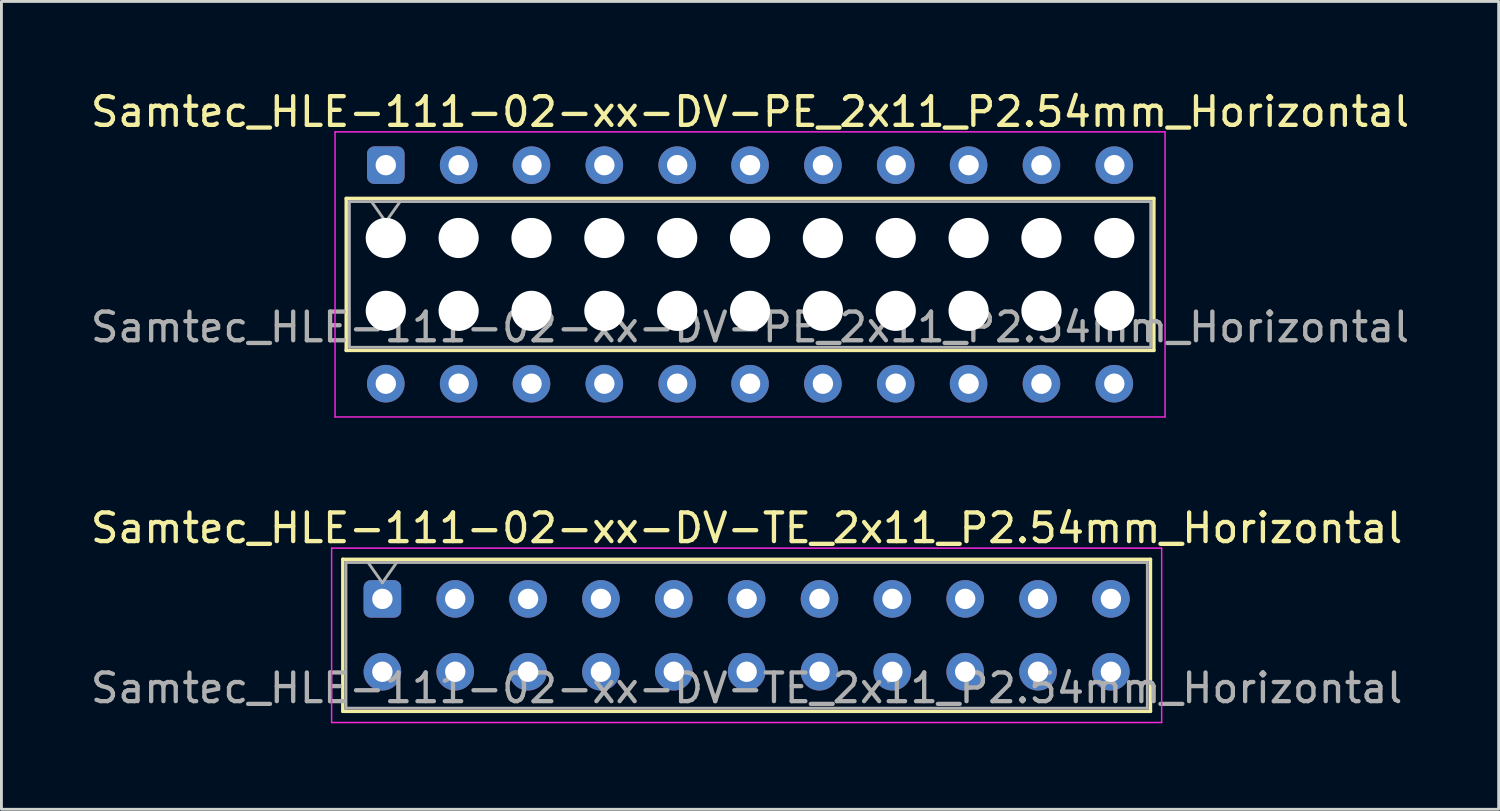
<source format=kicad_pcb>
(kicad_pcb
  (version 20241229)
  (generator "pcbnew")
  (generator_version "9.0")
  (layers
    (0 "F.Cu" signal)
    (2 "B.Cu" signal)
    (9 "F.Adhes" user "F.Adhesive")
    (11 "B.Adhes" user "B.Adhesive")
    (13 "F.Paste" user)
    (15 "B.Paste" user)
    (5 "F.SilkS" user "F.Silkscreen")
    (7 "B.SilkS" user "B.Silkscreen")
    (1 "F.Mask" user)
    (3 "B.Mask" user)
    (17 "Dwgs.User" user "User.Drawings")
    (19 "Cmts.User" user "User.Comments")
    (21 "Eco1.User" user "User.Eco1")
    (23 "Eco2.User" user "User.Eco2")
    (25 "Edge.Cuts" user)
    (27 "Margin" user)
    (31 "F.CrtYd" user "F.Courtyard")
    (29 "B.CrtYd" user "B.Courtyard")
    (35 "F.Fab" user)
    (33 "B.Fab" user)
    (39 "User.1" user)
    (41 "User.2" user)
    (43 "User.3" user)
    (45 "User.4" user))
  (footprint "Samtec_HLE-111-02-xx-DV-TE_2x11_P2.54mm_Horizontal"
    (layer "F.Cu")
    (at 10.282 17.831)
    (property "Reference" "Samtec_HLE-111-02-xx-DV-TE_2x11_P2.54mm_Horizontal" (at 12.7 -2.47 0) (layer "F.SilkS") (effects (font (size 1 1) (thickness 0.15))))
    (attr through_hole)
    (fp_line (start -1.38 -1.38) (end 26.78 -1.38) (stroke (width 0.12) (type solid)) (layer "F.SilkS"))
    (fp_line (start -1.38 3.92) (end -1.38 -1.38) (stroke (width 0.12) (type solid)) (layer "F.SilkS"))
    (fp_line (start 26.78 -1.38) (end 26.78 3.92) (stroke (width 0.12) (type solid)) (layer "F.SilkS"))
    (fp_line (start 26.78 3.92) (end -1.38 3.92) (stroke (width 0.12) (type solid)) (layer "F.SilkS"))
    (fp_line (start -1.77 -1.77) (end 27.17 -1.77) (stroke (width 0.05) (type solid)) (layer "F.CrtYd"))
    (fp_line (start -1.77 4.31) (end -1.77 -1.77) (stroke (width 0.05) (type solid)) (layer "F.CrtYd"))
    (fp_line (start 27.17 -1.77) (end 27.17 4.31) (stroke (width 0.05) (type solid)) (layer "F.CrtYd"))
    (fp_line (start 27.17 4.31) (end -1.77 4.31) (stroke (width 0.05) (type solid)) (layer "F.CrtYd"))
    (fp_line (start -1.27 -1.27) (end 26.67 -1.27) (stroke (width 0.1) (type solid)) (layer "F.Fab"))
    (fp_line (start -1.27 3.81) (end -1.27 -1.27) (stroke (width 0.1) (type solid)) (layer "F.Fab"))
    (fp_line (start -0.5 -1.27) (end 0 -0.563) (stroke (width 0.1) (type solid)) (layer "F.Fab"))
    (fp_line (start 0 -0.563) (end 0.5 -1.27) (stroke (width 0.1) (type solid)) (layer "F.Fab"))
    (fp_line (start 26.67 -1.27) (end 26.67 3.81) (stroke (width 0.1) (type solid)) (layer "F.Fab"))
    (fp_line (start 26.67 3.81) (end -1.27 3.81) (stroke (width 0.1) (type solid)) (layer "F.Fab"))
    (fp_text user "${REFERENCE}" (at 12.7 3.11 0) (layer "F.Fab") (effects (font (size 1 1) (thickness 0.15))))
    (pad "1" thru_hole roundrect (at 0 0) (size 1.31 1.31) (drill 0.71) (layers "*.Cu" "*.Mask") (roundrect_rratio 0.191))
    (pad "2" thru_hole circle (at 0 2.54) (size 1.31 1.31) (drill 0.71) (layers "*.Cu" "*.Mask"))
    (pad "3" thru_hole circle (at 2.54 0) (size 1.31 1.31) (drill 0.71) (layers "*.Cu" "*.Mask"))
    (pad "4" thru_hole circle (at 2.54 2.54) (size 1.31 1.31) (drill 0.71) (layers "*.Cu" "*.Mask"))
    (pad "5" thru_hole circle (at 5.08 0) (size 1.31 1.31) (drill 0.71) (layers "*.Cu" "*.Mask"))
    (pad "6" thru_hole circle (at 5.08 2.54) (size 1.31 1.31) (drill 0.71) (layers "*.Cu" "*.Mask"))
    (pad "7" thru_hole circle (at 7.62 0) (size 1.31 1.31) (drill 0.71) (layers "*.Cu" "*.Mask"))
    (pad "8" thru_hole circle (at 7.62 2.54) (size 1.31 1.31) (drill 0.71) (layers "*.Cu" "*.Mask"))
    (pad "9" thru_hole circle (at 10.16 0) (size 1.31 1.31) (drill 0.71) (layers "*.Cu" "*.Mask"))
    (pad "10" thru_hole circle (at 10.16 2.54) (size 1.31 1.31) (drill 0.71) (layers "*.Cu" "*.Mask"))
    (pad "11" thru_hole circle (at 12.7 0) (size 1.31 1.31) (drill 0.71) (layers "*.Cu" "*.Mask"))
    (pad "12" thru_hole circle (at 12.7 2.54) (size 1.31 1.31) (drill 0.71) (layers "*.Cu" "*.Mask"))
    (pad "13" thru_hole circle (at 15.24 0) (size 1.31 1.31) (drill 0.71) (layers "*.Cu" "*.Mask"))
    (pad "14" thru_hole circle (at 15.24 2.54) (size 1.31 1.31) (drill 0.71) (layers "*.Cu" "*.Mask"))
    (pad "15" thru_hole circle (at 17.78 0) (size 1.31 1.31) (drill 0.71) (layers "*.Cu" "*.Mask"))
    (pad "16" thru_hole circle (at 17.78 2.54) (size 1.31 1.31) (drill 0.71) (layers "*.Cu" "*.Mask"))
    (pad "17" thru_hole circle (at 20.32 0) (size 1.31 1.31) (drill 0.71) (layers "*.Cu" "*.Mask"))
    (pad "18" thru_hole circle (at 20.32 2.54) (size 1.31 1.31) (drill 0.71) (layers "*.Cu" "*.Mask"))
    (pad "19" thru_hole circle (at 22.86 0) (size 1.31 1.31) (drill 0.71) (layers "*.Cu" "*.Mask"))
    (pad "20" thru_hole circle (at 22.86 2.54) (size 1.31 1.31) (drill 0.71) (layers "*.Cu" "*.Mask"))
    (pad "21" thru_hole circle (at 25.4 0) (size 1.31 1.31) (drill 0.71) (layers "*.Cu" "*.Mask"))
    (pad "22" thru_hole circle (at 25.4 2.54) (size 1.31 1.31) (drill 0.71) (layers "*.Cu" "*.Mask")))
  (footprint "Samtec_HLE-111-02-xx-DV-PE_2x11_P2.54mm_Horizontal"
    (layer "F.Cu")
    (at 10.401 2.708)
    (property "Reference" "Samtec_HLE-111-02-xx-DV-PE_2x11_P2.54mm_Horizontal" (at 12.7 -1.86 0) (layer "F.SilkS") (effects (font (size 1 1) (thickness 0.15))))
    (attr through_hole)
    (fp_line (start -1.38 1.16) (end 26.78 1.16) (stroke (width 0.12) (type solid)) (layer "F.SilkS"))
    (fp_line (start -1.38 6.46) (end -1.38 1.16) (stroke (width 0.12) (type solid)) (layer "F.SilkS"))
    (fp_line (start 26.78 1.16) (end 26.78 6.46) (stroke (width 0.12) (type solid)) (layer "F.SilkS"))
    (fp_line (start 26.78 6.46) (end -1.38 6.46) (stroke (width 0.12) (type solid)) (layer "F.SilkS"))
    (fp_line (start -1.77 -1.16) (end 27.17 -1.16) (stroke (width 0.05) (type solid)) (layer "F.CrtYd"))
    (fp_line (start -1.77 8.78) (end -1.77 -1.16) (stroke (width 0.05) (type solid)) (layer "F.CrtYd"))
    (fp_line (start 27.17 -1.16) (end 27.17 8.78) (stroke (width 0.05) (type solid)) (layer "F.CrtYd"))
    (fp_line (start 27.17 8.78) (end -1.77 8.78) (stroke (width 0.05) (type solid)) (layer "F.CrtYd"))
    (fp_line (start -1.27 1.27) (end 26.67 1.27) (stroke (width 0.1) (type solid)) (layer "F.Fab"))
    (fp_line (start -1.27 6.35) (end -1.27 1.27) (stroke (width 0.1) (type solid)) (layer "F.Fab"))
    (fp_line (start -0.5 1.27) (end 0 1.977) (stroke (width 0.1) (type solid)) (layer "F.Fab"))
    (fp_line (start 0 1.977) (end 0.5 1.27) (stroke (width 0.1) (type solid)) (layer "F.Fab"))
    (fp_line (start 26.67 1.27) (end 26.67 6.35) (stroke (width 0.1) (type solid)) (layer "F.Fab"))
    (fp_line (start 26.67 6.35) (end -1.27 6.35) (stroke (width 0.1) (type solid)) (layer "F.Fab"))
    (fp_text user "${REFERENCE}" (at 12.7 5.65 0) (layer "F.Fab") (effects (font (size 1 1) (thickness 0.15))))
    (pad "" np_thru_hole circle (at 0 2.54) (size 1.4 1.4) (drill 1.4) (layers "*.Cu" "*.Mask"))
    (pad "" np_thru_hole circle (at 0 5.08) (size 1.4 1.4) (drill 1.4) (layers "*.Cu" "*.Mask"))
    (pad "" np_thru_hole circle (at 2.54 2.54) (size 1.4 1.4) (drill 1.4) (layers "*.Cu" "*.Mask"))
    (pad "" np_thru_hole circle (at 2.54 5.08) (size 1.4 1.4) (drill 1.4) (layers "*.Cu" "*.Mask"))
    (pad "" np_thru_hole circle (at 5.08 2.54) (size 1.4 1.4) (drill 1.4) (layers "*.Cu" "*.Mask"))
    (pad "" np_thru_hole circle (at 5.08 5.08) (size 1.4 1.4) (drill 1.4) (layers "*.Cu" "*.Mask"))
    (pad "" np_thru_hole circle (at 7.62 2.54) (size 1.4 1.4) (drill 1.4) (layers "*.Cu" "*.Mask"))
    (pad "" np_thru_hole circle (at 7.62 5.08) (size 1.4 1.4) (drill 1.4) (layers "*.Cu" "*.Mask"))
    (pad "" np_thru_hole circle (at 10.16 2.54) (size 1.4 1.4) (drill 1.4) (layers "*.Cu" "*.Mask"))
    (pad "" np_thru_hole circle (at 10.16 5.08) (size 1.4 1.4) (drill 1.4) (layers "*.Cu" "*.Mask"))
    (pad "" np_thru_hole circle (at 12.7 2.54) (size 1.4 1.4) (drill 1.4) (layers "*.Cu" "*.Mask"))
    (pad "" np_thru_hole circle (at 12.7 5.08) (size 1.4 1.4) (drill 1.4) (layers "*.Cu" "*.Mask"))
    (pad "" np_thru_hole circle (at 15.24 2.54) (size 1.4 1.4) (drill 1.4) (layers "*.Cu" "*.Mask"))
    (pad "" np_thru_hole circle (at 15.24 5.08) (size 1.4 1.4) (drill 1.4) (layers "*.Cu" "*.Mask"))
    (pad "" np_thru_hole circle (at 17.78 2.54) (size 1.4 1.4) (drill 1.4) (layers "*.Cu" "*.Mask"))
    (pad "" np_thru_hole circle (at 17.78 5.08) (size 1.4 1.4) (drill 1.4) (layers "*.Cu" "*.Mask"))
    (pad "" np_thru_hole circle (at 20.32 2.54) (size 1.4 1.4) (drill 1.4) (layers "*.Cu" "*.Mask"))
    (pad "" np_thru_hole circle (at 20.32 5.08) (size 1.4 1.4) (drill 1.4) (layers "*.Cu" "*.Mask"))
    (pad "" np_thru_hole circle (at 22.86 2.54) (size 1.4 1.4) (drill 1.4) (layers "*.Cu" "*.Mask"))
    (pad "" np_thru_hole circle (at 22.86 5.08) (size 1.4 1.4) (drill 1.4) (layers "*.Cu" "*.Mask"))
    (pad "" np_thru_hole circle (at 25.4 2.54) (size 1.4 1.4) (drill 1.4) (layers "*.Cu" "*.Mask"))
    (pad "" np_thru_hole circle (at 25.4 5.08) (size 1.4 1.4) (drill 1.4) (layers "*.Cu" "*.Mask"))
    (pad "1" thru_hole roundrect (at 0 0) (size 1.31 1.31) (drill 0.71) (layers "*.Cu" "*.Mask") (roundrect_rratio 0.191))
    (pad "2" thru_hole circle (at 0 7.62) (size 1.31 1.31) (drill 0.71) (layers "*.Cu" "*.Mask"))
    (pad "3" thru_hole circle (at 2.54 0) (size 1.31 1.31) (drill 0.71) (layers "*.Cu" "*.Mask"))
    (pad "4" thru_hole circle (at 2.54 7.62) (size 1.31 1.31) (drill 0.71) (layers "*.Cu" "*.Mask"))
    (pad "5" thru_hole circle (at 5.08 0) (size 1.31 1.31) (drill 0.71) (layers "*.Cu" "*.Mask"))
    (pad "6" thru_hole circle (at 5.08 7.62) (size 1.31 1.31) (drill 0.71) (layers "*.Cu" "*.Mask"))
    (pad "7" thru_hole circle (at 7.62 0) (size 1.31 1.31) (drill 0.71) (layers "*.Cu" "*.Mask"))
    (pad "8" thru_hole circle (at 7.62 7.62) (size 1.31 1.31) (drill 0.71) (layers "*.Cu" "*.Mask"))
    (pad "9" thru_hole circle (at 10.16 0) (size 1.31 1.31) (drill 0.71) (layers "*.Cu" "*.Mask"))
    (pad "10" thru_hole circle (at 10.16 7.62) (size 1.31 1.31) (drill 0.71) (layers "*.Cu" "*.Mask"))
    (pad "11" thru_hole circle (at 12.7 0) (size 1.31 1.31) (drill 0.71) (layers "*.Cu" "*.Mask"))
    (pad "12" thru_hole circle (at 12.7 7.62) (size 1.31 1.31) (drill 0.71) (layers "*.Cu" "*.Mask"))
    (pad "13" thru_hole circle (at 15.24 0) (size 1.31 1.31) (drill 0.71) (layers "*.Cu" "*.Mask"))
    (pad "14" thru_hole circle (at 15.24 7.62) (size 1.31 1.31) (drill 0.71) (layers "*.Cu" "*.Mask"))
    (pad "15" thru_hole circle (at 17.78 0) (size 1.31 1.31) (drill 0.71) (layers "*.Cu" "*.Mask"))
    (pad "16" thru_hole circle (at 17.78 7.62) (size 1.31 1.31) (drill 0.71) (layers "*.Cu" "*.Mask"))
    (pad "17" thru_hole circle (at 20.32 0) (size 1.31 1.31) (drill 0.71) (layers "*.Cu" "*.Mask"))
    (pad "18" thru_hole circle (at 20.32 7.62) (size 1.31 1.31) (drill 0.71) (layers "*.Cu" "*.Mask"))
    (pad "19" thru_hole circle (at 22.86 0) (size 1.31 1.31) (drill 0.71) (layers "*.Cu" "*.Mask"))
    (pad "20" thru_hole circle (at 22.86 7.62) (size 1.31 1.31) (drill 0.71) (layers "*.Cu" "*.Mask"))
    (pad "21" thru_hole circle (at 25.4 0) (size 1.31 1.31) (drill 0.71) (layers "*.Cu" "*.Mask"))
    (pad "22" thru_hole circle (at 25.4 7.62) (size 1.31 1.31) (drill 0.71) (layers "*.Cu" "*.Mask")))
  (gr_rect
    (start -3 -3)
    (end 49.202 25.166)
    (stroke (width 0.1) (type default))
    (fill no)
    (layer "Edge.Cuts")))
</source>
